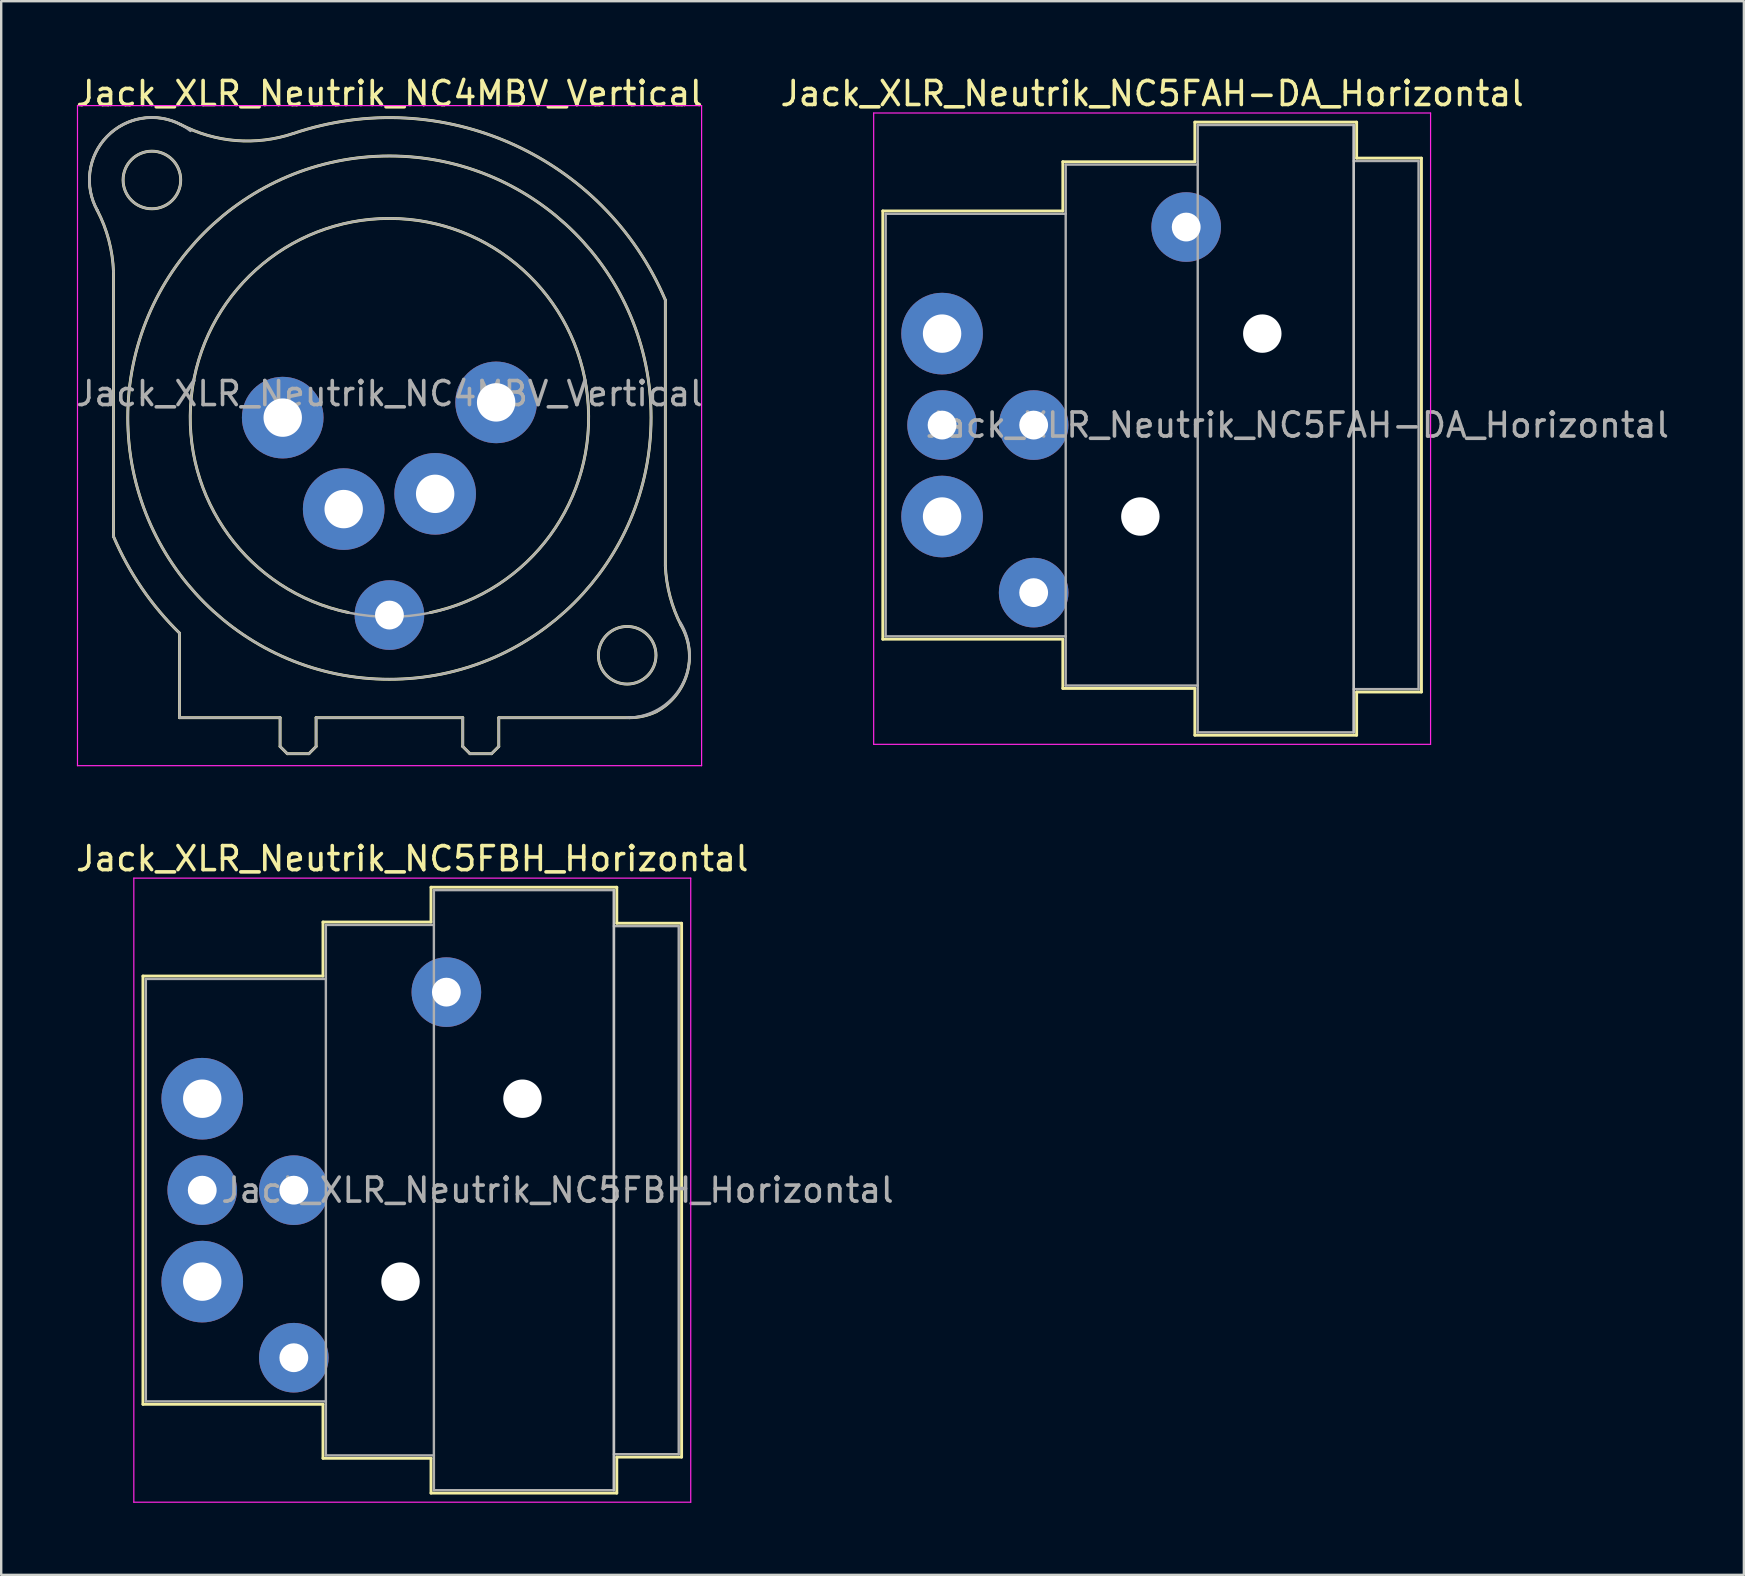
<source format=kicad_pcb>
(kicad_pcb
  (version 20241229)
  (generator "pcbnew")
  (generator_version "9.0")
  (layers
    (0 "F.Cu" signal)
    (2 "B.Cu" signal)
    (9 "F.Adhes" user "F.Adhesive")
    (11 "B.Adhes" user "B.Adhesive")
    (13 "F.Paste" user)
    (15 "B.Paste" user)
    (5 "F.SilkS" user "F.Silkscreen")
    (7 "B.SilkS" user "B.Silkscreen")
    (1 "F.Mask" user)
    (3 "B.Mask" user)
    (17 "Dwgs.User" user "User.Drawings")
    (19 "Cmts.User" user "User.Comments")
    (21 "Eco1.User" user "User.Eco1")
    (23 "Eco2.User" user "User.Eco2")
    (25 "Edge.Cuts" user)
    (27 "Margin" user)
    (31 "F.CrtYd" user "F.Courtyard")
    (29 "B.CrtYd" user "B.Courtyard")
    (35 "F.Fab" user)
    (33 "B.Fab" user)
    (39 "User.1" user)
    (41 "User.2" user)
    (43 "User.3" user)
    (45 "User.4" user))
  (footprint "Jack_XLR_Neutrik_NC5FBH_Horizontal"
    (layer "F.Cu")
    (at 5.375 42.721)
    (property "Reference" "Jack_XLR_Neutrik_NC5FBH_Horizontal" (at 8.75 -10 0) (layer "F.SilkS") (effects (font (size 1 1) (thickness 0.15))))
    (attr through_hole)
    (fp_line (start -2.47 -5.11) (end -2.47 12.73) (stroke (width 0.12) (type solid)) (layer "F.SilkS"))
    (fp_line (start 5.03 -5.11) (end -2.47 -5.11) (stroke (width 0.12) (type solid)) (layer "F.SilkS"))
    (fp_line (start 5.03 -5.11) (end 5.03 -7.36) (stroke (width 0.12) (type solid)) (layer "F.SilkS"))
    (fp_line (start 5.03 12.73) (end -2.47 12.73) (stroke (width 0.12) (type solid)) (layer "F.SilkS"))
    (fp_line (start 5.03 12.73) (end 5.03 14.98) (stroke (width 0.12) (type solid)) (layer "F.SilkS"))
    (fp_line (start 9.53 -7.36) (end 5.03 -7.36) (stroke (width 0.12) (type solid)) (layer "F.SilkS"))
    (fp_line (start 9.53 -7.36) (end 9.53 -8.81) (stroke (width 0.12) (type solid)) (layer "F.SilkS"))
    (fp_line (start 9.53 14.98) (end 5.03 14.98) (stroke (width 0.12) (type solid)) (layer "F.SilkS"))
    (fp_line (start 9.53 16.43) (end 9.53 14.98) (stroke (width 0.12) (type solid)) (layer "F.SilkS"))
    (fp_line (start 17.27 -8.81) (end 9.53 -8.81) (stroke (width 0.12) (type solid)) (layer "F.SilkS"))
    (fp_line (start 17.27 -8.81) (end 17.27 -7.31) (stroke (width 0.12) (type solid)) (layer "F.SilkS"))
    (fp_line (start 17.27 -7.31) (end 19.97 -7.31) (stroke (width 0.12) (type solid)) (layer "F.SilkS"))
    (fp_line (start 17.27 14.93) (end 17.27 16.43) (stroke (width 0.12) (type solid)) (layer "F.SilkS"))
    (fp_line (start 17.27 14.93) (end 19.97 14.93) (stroke (width 0.12) (type solid)) (layer "F.SilkS"))
    (fp_line (start 17.27 16.43) (end 9.53 16.43) (stroke (width 0.12) (type solid)) (layer "F.SilkS"))
    (fp_line (start 19.97 -7.31) (end 19.97 14.93) (stroke (width 0.12) (type solid)) (layer "F.SilkS"))
    (fp_line (start 17.15 -8.69) (end 17.15 16.31) (stroke (width 0.1) (type solid)) (layer "Dwgs.User"))
    (fp_line (start -2.85 -9.19) (end -2.85 16.81) (stroke (width 0.05) (type solid)) (layer "F.CrtYd"))
    (fp_line (start 20.35 -9.19) (end -2.85 -9.19) (stroke (width 0.05) (type solid)) (layer "F.CrtYd"))
    (fp_line (start 20.35 -9.19) (end 20.35 16.81) (stroke (width 0.05) (type solid)) (layer "F.CrtYd"))
    (fp_line (start 20.35 16.81) (end -2.85 16.81) (stroke (width 0.05) (type solid)) (layer "F.CrtYd"))
    (fp_line (start -2.35 -4.99) (end -2.35 12.61) (stroke (width 0.1) (type solid)) (layer "F.Fab"))
    (fp_line (start 5.15 -4.99) (end -2.35 -4.99) (stroke (width 0.1) (type solid)) (layer "F.Fab"))
    (fp_line (start 5.15 12.61) (end -2.35 12.61) (stroke (width 0.1) (type solid)) (layer "F.Fab"))
    (fp_line (start 5.15 14.86) (end 5.15 -7.24) (stroke (width 0.1) (type solid)) (layer "F.Fab"))
    (fp_line (start 5.15 14.86) (end 9.65 14.86) (stroke (width 0.1) (type solid)) (layer "F.Fab"))
    (fp_line (start 9.65 -8.69) (end 17.15 -8.69) (stroke (width 0.1) (type solid)) (layer "F.Fab"))
    (fp_line (start 9.65 -7.24) (end 5.15 -7.24) (stroke (width 0.1) (type solid)) (layer "F.Fab"))
    (fp_line (start 9.65 16.31) (end 9.65 -8.69) (stroke (width 0.1) (type solid)) (layer "F.Fab"))
    (fp_line (start 17.15 -8.69) (end 17.15 16.31) (stroke (width 0.1) (type solid)) (layer "F.Fab"))
    (fp_line (start 17.15 -7.19) (end 19.85 -7.19) (stroke (width 0.1) (type solid)) (layer "F.Fab"))
    (fp_line (start 17.15 16.31) (end 9.65 16.31) (stroke (width 0.1) (type solid)) (layer "F.Fab"))
    (fp_line (start 19.85 -7.19) (end 19.85 14.81) (stroke (width 0.1) (type solid)) (layer "F.Fab"))
    (fp_line (start 19.85 14.81) (end 17.15 14.81) (stroke (width 0.1) (type solid)) (layer "F.Fab"))
    (fp_text user "${REFERENCE}" (at 14.8 3.81 0) (layer "F.Fab") (effects (font (size 1 1) (thickness 0.15))))
    (pad "" np_thru_hole circle (at 8.26 7.62) (size 1.6 1.6) (drill 1.6) (layers "*.Cu" "*.Mask"))
    (pad "" np_thru_hole circle (at 13.34 0) (size 1.6 1.6) (drill 1.6) (layers "*.Cu" "*.Mask"))
    (pad "1" thru_hole circle (at 0 0) (size 3.4 3.4) (drill 1.6) (layers "*.Cu" "*.Mask"))
    (pad "2" thru_hole circle (at 3.815 3.81) (size 2.9 2.9) (drill 1.2) (layers "*.Cu" "*.Mask"))
    (pad "3" thru_hole circle (at 0 3.81) (size 2.9 2.9) (drill 1.2) (layers "*.Cu" "*.Mask"))
    (pad "4" thru_hole circle (at 3.815 10.79) (size 2.9 2.9) (drill 1.2) (layers "*.Cu" "*.Mask"))
    (pad "5" thru_hole circle (at 0 7.62) (size 3.4 3.4) (drill 1.6) (layers "*.Cu" "*.Mask"))
    (pad "G" thru_hole circle (at 10.17 -4.44) (size 2.9 2.9) (drill 1.2) (layers "*.Cu" "*.Mask")))
  (footprint "Jack_XLR_Neutrik_NC4MBV_Vertical"
    (layer "F.Cu")
    (at 8.728 14.348)
    (property "Reference" "Jack_XLR_Neutrik_NC4MBV_Vertical" (at 4.445 -13.5 0) (layer "F.SilkS") (effects (font (size 1 1) (thickness 0.15))))
    (attr through_hole)
    (fp_line (start -7.05 -6.08) (end -7.05 4.95) (stroke (width 0.12) (type solid)) (layer "F.SilkS"))
    (fp_line (start -4.3 12.5) (end -4.3 8.98) (stroke (width 0.12) (type solid)) (layer "F.SilkS"))
    (fp_line (start -0.11 12.5) (end -4.3 12.5) (stroke (width 0.12) (type solid)) (layer "F.SilkS"))
    (fp_line (start -0.11 12.5) (end -0.11 13.7) (stroke (width 0.12) (type solid)) (layer "F.SilkS"))
    (fp_line (start -0.11 13.7) (end 0.19 14) (stroke (width 0.12) (type solid)) (layer "F.SilkS"))
    (fp_line (start 1.09 14) (end 0.19 14) (stroke (width 0.12) (type solid)) (layer "F.SilkS"))
    (fp_line (start 1.39 12.5) (end 1.39 13.7) (stroke (width 0.12) (type solid)) (layer "F.SilkS"))
    (fp_line (start 1.39 13.7) (end 1.09 14) (stroke (width 0.12) (type solid)) (layer "F.SilkS"))
    (fp_line (start 7.5 12.5) (end 1.39 12.5) (stroke (width 0.12) (type solid)) (layer "F.SilkS"))
    (fp_line (start 7.5 12.5) (end 7.5 13.7) (stroke (width 0.12) (type solid)) (layer "F.SilkS"))
    (fp_line (start 7.5 13.7) (end 7.8 14) (stroke (width 0.12) (type solid)) (layer "F.SilkS"))
    (fp_line (start 7.8 14) (end 8.7 14) (stroke (width 0.12) (type solid)) (layer "F.SilkS"))
    (fp_line (start 9 12.5) (end 9 13.7) (stroke (width 0.12) (type solid)) (layer "F.SilkS"))
    (fp_line (start 9 13.7) (end 8.7 14) (stroke (width 0.12) (type solid)) (layer "F.SilkS"))
    (fp_line (start 14.45 12.5) (end 9 12.5) (stroke (width 0.12) (type solid)) (layer "F.SilkS"))
    (fp_line (start 15.94 6.18) (end 15.94 -4.9) (stroke (width 0.12) (type solid)) (layer "F.SilkS"))
    (fp_arc (start -7.729201 -8.641635) (mid -7.2465 -7.39876) (end -7.05 -6.08) (stroke (width 0.12) (type solid)) (layer "F.SilkS"))
    (fp_arc (start -7.725637 -8.636048) (mid -7.316154 -11.714819) (end -4.25 -12.21) (stroke (width 0.12) (type solid)) (layer "F.SilkS"))
    (fp_arc (start -4.299846 8.975956) (mid -5.873184 7.098411) (end -7.05 4.95) (stroke (width 0.12) (type solid)) (layer "F.SilkS"))
    (fp_arc (start 0.433843 -11.835383) (mid -1.946442 -11.543029) (end -4.25 -12.21) (stroke (width 0.12) (type solid)) (layer "F.SilkS"))
    (fp_arc (start 0.441327 -11.837045) (mid 9.549963 -11.405454) (end 15.94 -4.9) (stroke (width 0.12) (type solid)) (layer "F.SilkS"))
    (fp_arc (start 2.735 8.12) (mid 4.451114 -8.2981) (end 6.143033 8.122511) (stroke (width 0.12) (type solid)) (layer "F.SilkS"))
    (fp_arc (start 15.558668 12.251777) (mid 15.018058 12.437185) (end 14.45 12.5) (stroke (width 0.12) (type solid)) (layer "F.SilkS"))
    (fp_arc (start 16.596979 8.653179) (mid 16.135244 7.451985) (end 15.94 6.18) (stroke (width 0.12) (type solid)) (layer "F.SilkS"))
    (fp_arc (start 16.598286 8.654414) (mid 16.841335 10.672303) (end 15.56 12.25) (stroke (width 0.12) (type solid)) (layer "F.SilkS"))
    (fp_circle (center -5.45 -9.9) (end -4.25 -9.9) (stroke (width 0.12) (type solid)) (fill no) (layer "F.SilkS"))
    (fp_circle (center 4.445 0) (end 15.345 0) (stroke (width 0.12) (type solid)) (fill no) (layer "F.SilkS"))
    (fp_circle (center 14.35 9.9) (end 15.55 9.9) (stroke (width 0.12) (type solid)) (fill no) (layer "F.SilkS"))
    (fp_line (start -8.55 -13) (end 17.45 -13) (stroke (width 0.05) (type solid)) (layer "F.CrtYd"))
    (fp_line (start -8.55 14.5) (end -8.55 -13) (stroke (width 0.05) (type solid)) (layer "F.CrtYd"))
    (fp_line (start 17.45 -13) (end 17.45 14.5) (stroke (width 0.05) (type solid)) (layer "F.CrtYd"))
    (fp_line (start 17.45 14.5) (end -8.55 14.5) (stroke (width 0.05) (type solid)) (layer "F.CrtYd"))
    (fp_line (start -7.05 -6.08) (end -7.05 4.95) (stroke (width 0.1) (type solid)) (layer "F.Fab"))
    (fp_line (start -4.3 12.5) (end -4.3 8.98) (stroke (width 0.1) (type solid)) (layer "F.Fab"))
    (fp_line (start -0.11 12.5) (end -4.3 12.5) (stroke (width 0.1) (type solid)) (layer "F.Fab"))
    (fp_line (start -0.11 12.5) (end -0.11 13.7) (stroke (width 0.1) (type solid)) (layer "F.Fab"))
    (fp_line (start -0.11 13.7) (end 0.19 14) (stroke (width 0.1) (type solid)) (layer "F.Fab"))
    (fp_line (start 1.09 14) (end 0.19 14) (stroke (width 0.1) (type solid)) (layer "F.Fab"))
    (fp_line (start 1.39 12.5) (end 1.39 13.7) (stroke (width 0.1) (type solid)) (layer "F.Fab"))
    (fp_line (start 1.39 13.7) (end 1.09 14) (stroke (width 0.1) (type solid)) (layer "F.Fab"))
    (fp_line (start 7.5 12.5) (end 1.39 12.5) (stroke (width 0.1) (type solid)) (layer "F.Fab"))
    (fp_line (start 7.5 12.5) (end 7.5 13.7) (stroke (width 0.1) (type solid)) (layer "F.Fab"))
    (fp_line (start 7.5 13.7) (end 7.8 14) (stroke (width 0.1) (type solid)) (layer "F.Fab"))
    (fp_line (start 7.8 14) (end 8.7 14) (stroke (width 0.1) (type solid)) (layer "F.Fab"))
    (fp_line (start 9 12.5) (end 9 13.7) (stroke (width 0.1) (type solid)) (layer "F.Fab"))
    (fp_line (start 9 13.7) (end 8.7 14) (stroke (width 0.1) (type solid)) (layer "F.Fab"))
    (fp_line (start 14.45 12.5) (end 9 12.5) (stroke (width 0.1) (type solid)) (layer "F.Fab"))
    (fp_line (start 15.94 6.18) (end 15.94 -4.9) (stroke (width 0.1) (type solid)) (layer "F.Fab"))
    (fp_arc (start -7.729201 -8.641635) (mid -7.2465 -7.39876) (end -7.05 -6.08) (stroke (width 0.1) (type solid)) (layer "F.Fab"))
    (fp_arc (start -7.725637 -8.636048) (mid -7.316154 -11.714819) (end -4.25 -12.21) (stroke (width 0.1) (type solid)) (layer "F.Fab"))
    (fp_arc (start -7.685 -8.57) (mid -7.168921 -11.858868) (end -3.840849 -11.942067) (stroke (width 0.1) (type solid)) (layer "F.Fab"))
    (fp_arc (start -4.299846 8.975956) (mid -5.873184 7.098411) (end -7.05 4.95) (stroke (width 0.1) (type solid)) (layer "F.Fab"))
    (fp_arc (start 0.433843 -11.835383) (mid -1.946442 -11.543029) (end -4.25 -12.21) (stroke (width 0.1) (type solid)) (layer "F.Fab"))
    (fp_arc (start 0.441327 -11.837045) (mid 9.549963 -11.405454) (end 15.94 -4.9) (stroke (width 0.1) (type solid)) (layer "F.Fab"))
    (fp_arc (start 15.558668 12.251777) (mid 15.018058 12.437185) (end 14.45 12.5) (stroke (width 0.1) (type solid)) (layer "F.Fab"))
    (fp_arc (start 16.555 8.516) (mid 16.62253 11.159357) (end 14.343337 12.499945) (stroke (width 0.1) (type solid)) (layer "F.Fab"))
    (fp_arc (start 16.596979 8.653179) (mid 16.135244 7.451985) (end 15.94 6.18) (stroke (width 0.1) (type solid)) (layer "F.Fab"))
    (fp_arc (start 16.598286 8.654414) (mid 16.841335 10.672303) (end 15.56 12.25) (stroke (width 0.1) (type solid)) (layer "F.Fab"))
    (fp_circle (center -5.45 -9.9) (end -4.25 -9.9) (stroke (width 0.1) (type solid)) (fill no) (layer "F.Fab"))
    (fp_circle (center 4.445 0) (end 12.745 0) (stroke (width 0.1) (type solid)) (fill no) (layer "F.Fab"))
    (fp_circle (center 4.445 0) (end 15.345 0) (stroke (width 0.1) (type solid)) (fill no) (layer "F.Fab"))
    (fp_circle (center 14.35 9.9) (end 15.55 9.9) (stroke (width 0.1) (type solid)) (fill no) (layer "F.Fab"))
    (fp_text user "${REFERENCE}" (at 4.445 -1 0) (layer "F.Fab") (effects (font (size 1 1) (thickness 0.15))))
    (pad "1" thru_hole circle (at 0 0) (size 3.4 3.4) (drill 1.6) (layers "*.Cu" "*.Mask"))
    (pad "2" thru_hole circle (at 2.54 3.81) (size 3.4 3.4) (drill 1.6) (layers "*.Cu" "*.Mask"))
    (pad "3" thru_hole circle (at 6.35 3.175) (size 3.4 3.4) (drill 1.6) (layers "*.Cu" "*.Mask"))
    (pad "4" thru_hole circle (at 8.89 -0.635) (size 3.4 3.4) (drill 1.6) (layers "*.Cu" "*.Mask"))
    (pad "G" thru_hole circle (at 4.445 8.225) (size 2.9 2.9) (drill 1.2) (layers "*.Cu" "*.Mask")))
  (footprint "Jack_XLR_Neutrik_NC5FAH-DA_Horizontal"
    (layer "F.Cu")
    (at 36.196 10.848)
    (property "Reference" "Jack_XLR_Neutrik_NC5FAH-DA_Horizontal" (at 8.75 -10 0) (layer "F.SilkS") (effects (font (size 1 1) (thickness 0.15))))
    (attr through_hole)
    (fp_line (start -2.47 -5.11) (end -2.47 12.73) (stroke (width 0.12) (type solid)) (layer "F.SilkS"))
    (fp_line (start 5.03 -5.11) (end -2.47 -5.11) (stroke (width 0.12) (type solid)) (layer "F.SilkS"))
    (fp_line (start 5.03 -5.11) (end 5.03 -7.16) (stroke (width 0.12) (type solid)) (layer "F.SilkS"))
    (fp_line (start 5.03 12.73) (end -2.47 12.73) (stroke (width 0.12) (type solid)) (layer "F.SilkS"))
    (fp_line (start 5.03 12.73) (end 5.03 14.78) (stroke (width 0.12) (type solid)) (layer "F.SilkS"))
    (fp_line (start 10.53 -7.16) (end 5.03 -7.16) (stroke (width 0.12) (type solid)) (layer "F.SilkS"))
    (fp_line (start 10.53 -7.16) (end 10.53 -8.81) (stroke (width 0.12) (type solid)) (layer "F.SilkS"))
    (fp_line (start 10.53 14.78) (end 5.03 14.78) (stroke (width 0.12) (type solid)) (layer "F.SilkS"))
    (fp_line (start 10.53 16.73) (end 10.53 14.78) (stroke (width 0.12) (type solid)) (layer "F.SilkS"))
    (fp_line (start 17.27 -8.81) (end 10.53 -8.81) (stroke (width 0.12) (type solid)) (layer "F.SilkS"))
    (fp_line (start 17.27 -8.81) (end 17.27 -7.31) (stroke (width 0.12) (type solid)) (layer "F.SilkS"))
    (fp_line (start 17.27 -7.31) (end 19.97 -7.31) (stroke (width 0.12) (type solid)) (layer "F.SilkS"))
    (fp_line (start 17.27 14.93) (end 17.27 16.73) (stroke (width 0.12) (type solid)) (layer "F.SilkS"))
    (fp_line (start 17.27 14.93) (end 19.97 14.93) (stroke (width 0.12) (type solid)) (layer "F.SilkS"))
    (fp_line (start 17.27 16.73) (end 10.53 16.73) (stroke (width 0.12) (type solid)) (layer "F.SilkS"))
    (fp_line (start 19.97 -7.31) (end 19.97 14.93) (stroke (width 0.12) (type solid)) (layer "F.SilkS"))
    (fp_line (start 17.15 -8.69) (end 17.15 16.61) (stroke (width 0.1) (type solid)) (layer "Dwgs.User"))
    (fp_line (start -2.85 -9.19) (end -2.85 17.11) (stroke (width 0.05) (type solid)) (layer "F.CrtYd"))
    (fp_line (start 20.35 -9.19) (end -2.85 -9.19) (stroke (width 0.05) (type solid)) (layer "F.CrtYd"))
    (fp_line (start 20.35 -9.19) (end 20.35 17.11) (stroke (width 0.05) (type solid)) (layer "F.CrtYd"))
    (fp_line (start 20.35 17.11) (end -2.85 17.11) (stroke (width 0.05) (type solid)) (layer "F.CrtYd"))
    (fp_line (start -2.35 -4.99) (end -2.35 12.61) (stroke (width 0.1) (type solid)) (layer "F.Fab"))
    (fp_line (start 5.15 -4.99) (end -2.35 -4.99) (stroke (width 0.1) (type solid)) (layer "F.Fab"))
    (fp_line (start 5.15 12.61) (end -2.35 12.61) (stroke (width 0.1) (type solid)) (layer "F.Fab"))
    (fp_line (start 5.15 14.66) (end 5.15 -7.04) (stroke (width 0.1) (type solid)) (layer "F.Fab"))
    (fp_line (start 5.15 14.66) (end 10.65 14.66) (stroke (width 0.1) (type solid)) (layer "F.Fab"))
    (fp_line (start 10.65 -8.69) (end 17.15 -8.69) (stroke (width 0.1) (type solid)) (layer "F.Fab"))
    (fp_line (start 10.65 -7.04) (end 5.15 -7.04) (stroke (width 0.1) (type solid)) (layer "F.Fab"))
    (fp_line (start 10.65 16.61) (end 10.65 -8.69) (stroke (width 0.1) (type solid)) (layer "F.Fab"))
    (fp_line (start 17.15 -8.69) (end 17.15 16.61) (stroke (width 0.1) (type solid)) (layer "F.Fab"))
    (fp_line (start 17.15 -7.19) (end 19.85 -7.19) (stroke (width 0.1) (type solid)) (layer "F.Fab"))
    (fp_line (start 17.15 16.61) (end 10.65 16.61) (stroke (width 0.1) (type solid)) (layer "F.Fab"))
    (fp_line (start 19.85 -7.19) (end 19.85 14.81) (stroke (width 0.1) (type solid)) (layer "F.Fab"))
    (fp_line (start 19.85 14.81) (end 17.15 14.81) (stroke (width 0.1) (type solid)) (layer "F.Fab"))
    (fp_text user "${REFERENCE}" (at 14.8 3.81 0) (layer "F.Fab") (effects (font (size 1 1) (thickness 0.15))))
    (pad "" np_thru_hole circle (at 8.26 7.62) (size 1.6 1.6) (drill 1.6) (layers "*.Cu" "*.Mask"))
    (pad "" np_thru_hole circle (at 13.34 0) (size 1.6 1.6) (drill 1.6) (layers "*.Cu" "*.Mask"))
    (pad "1" thru_hole circle (at 0 0) (size 3.4 3.4) (drill 1.6) (layers "*.Cu" "*.Mask"))
    (pad "2" thru_hole circle (at 3.815 3.81) (size 2.9 2.9) (drill 1.2) (layers "*.Cu" "*.Mask"))
    (pad "3" thru_hole circle (at 0 3.81) (size 2.9 2.9) (drill 1.2) (layers "*.Cu" "*.Mask"))
    (pad "4" thru_hole circle (at 3.815 10.79) (size 2.9 2.9) (drill 1.2) (layers "*.Cu" "*.Mask"))
    (pad "5" thru_hole circle (at 0 7.62) (size 3.4 3.4) (drill 1.6) (layers "*.Cu" "*.Mask"))
    (pad "G" thru_hole circle (at 10.17 -4.44) (size 2.9 2.9) (drill 1.2) (layers "*.Cu" "*.Mask")))
  (gr_rect
    (start -3 -3)
    (end 69.598 62.556)
    (stroke (width 0.1) (type default))
    (fill no)
    (layer "Edge.Cuts")))
</source>
